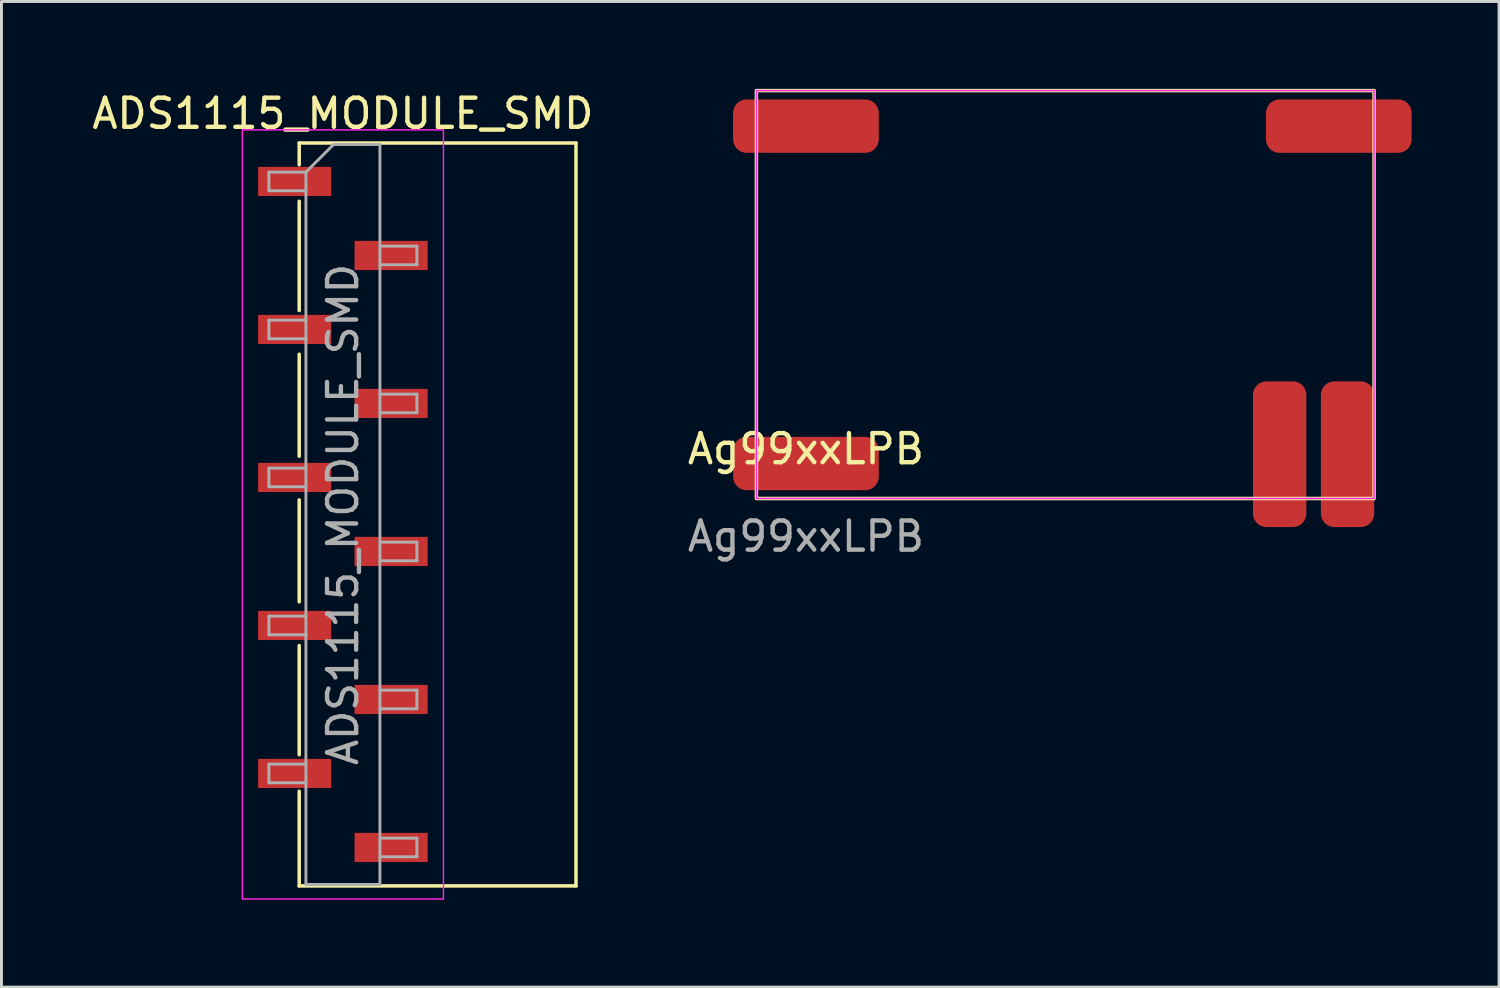
<source format=kicad_pcb>
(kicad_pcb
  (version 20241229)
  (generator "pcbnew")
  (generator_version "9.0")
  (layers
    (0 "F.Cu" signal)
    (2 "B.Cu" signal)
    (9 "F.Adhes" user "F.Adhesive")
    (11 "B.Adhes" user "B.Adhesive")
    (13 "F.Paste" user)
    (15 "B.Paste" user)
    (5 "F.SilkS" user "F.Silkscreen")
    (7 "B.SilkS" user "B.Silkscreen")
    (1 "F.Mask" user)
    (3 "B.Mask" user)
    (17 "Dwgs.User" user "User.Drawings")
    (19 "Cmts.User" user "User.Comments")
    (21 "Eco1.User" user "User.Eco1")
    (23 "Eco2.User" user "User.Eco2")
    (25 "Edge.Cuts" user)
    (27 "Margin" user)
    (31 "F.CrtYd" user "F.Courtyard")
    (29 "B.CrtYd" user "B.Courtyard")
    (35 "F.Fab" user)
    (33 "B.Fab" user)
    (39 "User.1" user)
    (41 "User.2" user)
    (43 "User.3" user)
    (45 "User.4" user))
  (footprint "Ag99xxLPB"
    (layer "F.Cu")
    (at 24.613 12.86)
    (property "Reference" "Ag99xxLPB" (at 0 -0.5 0) (unlocked yes) (layer "F.SilkS") (effects (font (size 1 1) (thickness 0.15))))
    (attr smd)
    (fp_rect (start 19.5 1.2) (end -1.7 -12.8) (stroke (width 0.12) (type solid)) (fill no) (layer "F.SilkS"))
    (fp_rect (start -1.7 -12.8) (end 19.5 1.2) (stroke (width 0.05) (type solid)) (fill no) (layer "F.CrtYd"))
    (fp_text user "${REFERENCE}" (at 0 2.5 0) (unlocked yes) (layer "F.Fab") (effects (font (size 1 1) (thickness 0.15))))
    (pad "1" smd roundrect (at 0 0 90) (size 1.83 5) (layers "F.Cu" "F.Mask" "F.Paste") (roundrect_rratio 0.25))
    (pad "2" smd roundrect (at 16.26 -0.32 180) (size 1.83 5) (layers "F.Cu" "F.Mask" "F.Paste") (roundrect_rratio 0.25))
    (pad "3" smd roundrect (at 18.59 -0.32 180) (size 1.83 5) (layers "F.Cu" "F.Mask" "F.Paste") (roundrect_rratio 0.25))
    (pad "4" smd roundrect (at 18.29 -11.58 270) (size 1.83 5) (layers "F.Cu" "F.Mask" "F.Paste") (roundrect_rratio 0.25))
    (pad "5" smd roundrect (at 0 -11.58 270) (size 1.83 5) (layers "F.Cu" "F.Mask" "F.Paste") (roundrect_rratio 0.25))
    (zone (net_name "") (layer "F.Cu") (hatch edge 0.508) (connect_pads) (min_thickness 0.254) (filled_areas_thickness no) (keepout (tracks not_allowed) (vias not_allowed) (pads not_allowed) (copperpour not_allowed) (footprints allowed)) (placement (enabled no)) (fill) (polygon (pts (xy 44.313 8.06) (xy 39.813 8.06) (xy 39.813 15.06) (xy 27.913 15.06) (xy 27.913 11.76) (xy 22.113 11.76) (xy 22.113 8.66) (xy 30.713 8.66) (xy 30.713 11.96) (xy 36.313 11.96) (xy 36.313 4.96) (xy 44.313 4.96)))))
  (footprint "ADS1115_MODULE_SMD"
    (layer "F.Cu")
    (at 8.72 14.608)
    (property "Reference" "ADS1115_MODULE_SMD" (at 0 -13.76 0) (layer "F.SilkS") (effects (font (size 1 1) (thickness 0.15))))
    (attr smd)
    (fp_line (start -1.5 -12.75) (end -1.5 -12) (stroke (width 0.12) (type solid)) (layer "F.SilkS"))
    (fp_line (start -1.5 -12.75) (end 8 -12.75) (stroke (width 0.12) (type solid)) (layer "F.SilkS"))
    (fp_line (start -1.5 -10.75) (end -1.5 -7) (stroke (width 0.12) (type solid)) (layer "F.SilkS"))
    (fp_line (start -1.5 -5.5) (end -1.5 -2) (stroke (width 0.12) (type solid)) (layer "F.SilkS"))
    (fp_line (start -1.5 -0.5) (end -1.5 3) (stroke (width 0.12) (type solid)) (layer "F.SilkS"))
    (fp_line (start -1.5 4.5) (end -1.5 8.25) (stroke (width 0.12) (type solid)) (layer "F.SilkS"))
    (fp_line (start -1.5 9.5) (end -1.5 12.75) (stroke (width 0.12) (type solid)) (layer "F.SilkS"))
    (fp_line (start 8 -12.75) (end 8 12.75) (stroke (width 0.12) (type solid)) (layer "F.SilkS"))
    (fp_line (start 8 12.75) (end -1.5 12.75) (stroke (width 0.12) (type solid)) (layer "F.SilkS"))
    (fp_line (start -3.45 -13.2) (end -3.45 13.2) (stroke (width 0.05) (type solid)) (layer "F.CrtYd"))
    (fp_line (start -3.45 13.2) (end 3.45 13.2) (stroke (width 0.05) (type solid)) (layer "F.CrtYd"))
    (fp_line (start 3.45 -13.2) (end -3.45 -13.2) (stroke (width 0.05) (type solid)) (layer "F.CrtYd"))
    (fp_line (start 3.45 13.2) (end 3.45 -13.2) (stroke (width 0.05) (type solid)) (layer "F.CrtYd"))
    (fp_line (start -2.54 -11.75) (end -2.54 -11.11) (stroke (width 0.1) (type solid)) (layer "F.Fab"))
    (fp_line (start -2.54 -11.11) (end -1.27 -11.11) (stroke (width 0.1) (type solid)) (layer "F.Fab"))
    (fp_line (start -2.54 -6.67) (end -2.54 -6.03) (stroke (width 0.1) (type solid)) (layer "F.Fab"))
    (fp_line (start -2.54 -6.03) (end -1.27 -6.03) (stroke (width 0.1) (type solid)) (layer "F.Fab"))
    (fp_line (start -2.54 -1.59) (end -2.54 -0.95) (stroke (width 0.1) (type solid)) (layer "F.Fab"))
    (fp_line (start -2.54 -0.95) (end -1.27 -0.95) (stroke (width 0.1) (type solid)) (layer "F.Fab"))
    (fp_line (start -2.54 3.49) (end -2.54 4.13) (stroke (width 0.1) (type solid)) (layer "F.Fab"))
    (fp_line (start -2.54 4.13) (end -1.27 4.13) (stroke (width 0.1) (type solid)) (layer "F.Fab"))
    (fp_line (start -2.54 8.57) (end -2.54 9.21) (stroke (width 0.1) (type solid)) (layer "F.Fab"))
    (fp_line (start -2.54 9.21) (end -1.27 9.21) (stroke (width 0.1) (type solid)) (layer "F.Fab"))
    (fp_line (start -1.27 -11.75) (end -2.54 -11.75) (stroke (width 0.1) (type solid)) (layer "F.Fab"))
    (fp_line (start -1.27 -11.75) (end -0.32 -12.7) (stroke (width 0.1) (type solid)) (layer "F.Fab"))
    (fp_line (start -1.27 -6.67) (end -2.54 -6.67) (stroke (width 0.1) (type solid)) (layer "F.Fab"))
    (fp_line (start -1.27 -1.59) (end -2.54 -1.59) (stroke (width 0.1) (type solid)) (layer "F.Fab"))
    (fp_line (start -1.27 3.49) (end -2.54 3.49) (stroke (width 0.1) (type solid)) (layer "F.Fab"))
    (fp_line (start -1.27 8.57) (end -2.54 8.57) (stroke (width 0.1) (type solid)) (layer "F.Fab"))
    (fp_line (start -1.27 12.7) (end -1.27 -11.75) (stroke (width 0.1) (type solid)) (layer "F.Fab"))
    (fp_line (start -0.32 -12.7) (end 1.27 -12.7) (stroke (width 0.1) (type solid)) (layer "F.Fab"))
    (fp_line (start 1.27 -12.7) (end 1.27 12.7) (stroke (width 0.1) (type solid)) (layer "F.Fab"))
    (fp_line (start 1.27 -9.21) (end 2.54 -9.21) (stroke (width 0.1) (type solid)) (layer "F.Fab"))
    (fp_line (start 1.27 -4.13) (end 2.54 -4.13) (stroke (width 0.1) (type solid)) (layer "F.Fab"))
    (fp_line (start 1.27 0.95) (end 2.54 0.95) (stroke (width 0.1) (type solid)) (layer "F.Fab"))
    (fp_line (start 1.27 6.03) (end 2.54 6.03) (stroke (width 0.1) (type solid)) (layer "F.Fab"))
    (fp_line (start 1.27 11.11) (end 2.54 11.11) (stroke (width 0.1) (type solid)) (layer "F.Fab"))
    (fp_line (start 1.27 12.7) (end -1.27 12.7) (stroke (width 0.1) (type solid)) (layer "F.Fab"))
    (fp_line (start 2.54 -9.21) (end 2.54 -8.57) (stroke (width 0.1) (type solid)) (layer "F.Fab"))
    (fp_line (start 2.54 -8.57) (end 1.27 -8.57) (stroke (width 0.1) (type solid)) (layer "F.Fab"))
    (fp_line (start 2.54 -4.13) (end 2.54 -3.49) (stroke (width 0.1) (type solid)) (layer "F.Fab"))
    (fp_line (start 2.54 -3.49) (end 1.27 -3.49) (stroke (width 0.1) (type solid)) (layer "F.Fab"))
    (fp_line (start 2.54 0.95) (end 2.54 1.59) (stroke (width 0.1) (type solid)) (layer "F.Fab"))
    (fp_line (start 2.54 1.59) (end 1.27 1.59) (stroke (width 0.1) (type solid)) (layer "F.Fab"))
    (fp_line (start 2.54 6.03) (end 2.54 6.67) (stroke (width 0.1) (type solid)) (layer "F.Fab"))
    (fp_line (start 2.54 6.67) (end 1.27 6.67) (stroke (width 0.1) (type solid)) (layer "F.Fab"))
    (fp_line (start 2.54 11.11) (end 2.54 11.75) (stroke (width 0.1) (type solid)) (layer "F.Fab"))
    (fp_line (start 2.54 11.75) (end 1.27 11.75) (stroke (width 0.1) (type solid)) (layer "F.Fab"))
    (fp_text user "${REFERENCE}" (at 0 0 90) (layer "F.Fab") (effects (font (size 1 1) (thickness 0.15))))
    (pad "1" smd rect (at -1.655 -11.43) (size 2.51 1) (layers "F.Cu" "F.Mask" "F.Paste"))
    (pad "2" smd rect (at 1.655 -8.89) (size 2.51 1) (layers "F.Cu" "F.Mask" "F.Paste"))
    (pad "3" smd rect (at -1.655 -6.35) (size 2.51 1) (layers "F.Cu" "F.Mask" "F.Paste"))
    (pad "4" smd rect (at 1.655 -3.81) (size 2.51 1) (layers "F.Cu" "F.Mask" "F.Paste"))
    (pad "5" smd rect (at -1.655 -1.27) (size 2.51 1) (layers "F.Cu" "F.Mask" "F.Paste"))
    (pad "6" smd rect (at 1.655 1.27) (size 2.51 1) (layers "F.Cu" "F.Mask" "F.Paste"))
    (pad "7" smd rect (at -1.655 3.81) (size 2.51 1) (layers "F.Cu" "F.Mask" "F.Paste"))
    (pad "8" smd rect (at 1.655 6.35) (size 2.51 1) (layers "F.Cu" "F.Mask" "F.Paste"))
    (pad "9" smd rect (at -1.655 8.89) (size 2.51 1) (layers "F.Cu" "F.Mask" "F.Paste"))
    (pad "10" smd rect (at 1.655 11.43) (size 2.51 1) (layers "F.Cu" "F.Mask" "F.Paste")))
  (gr_rect
    (start -3 -3)
    (end 48.403 30.833)
    (stroke (width 0.1) (type default))
    (fill no)
    (layer "Edge.Cuts")))
</source>
